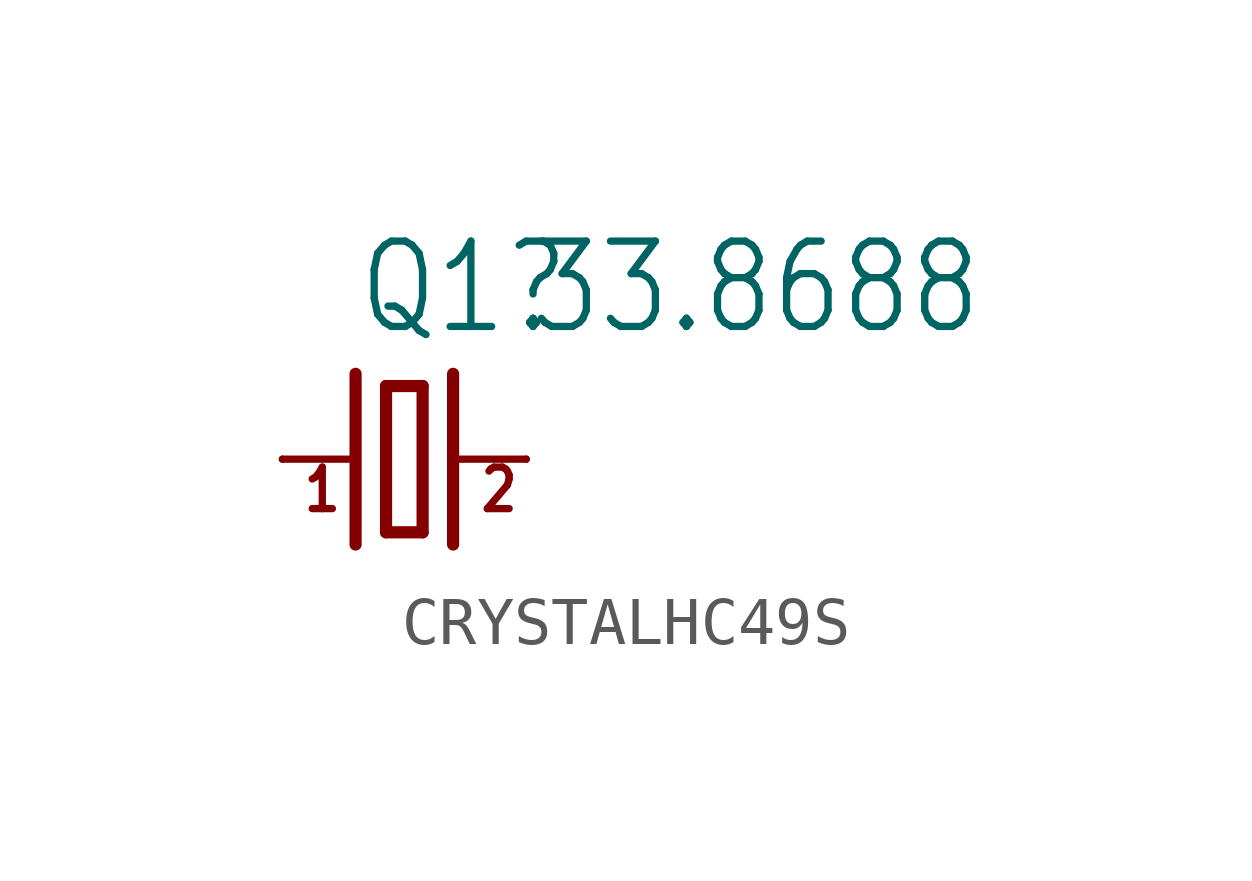
<source format=kicad_sym>
(kicad_symbol_lib
  (version 20220914)
  (generator kicad_symbol_editor)
  (symbol "CRYSTALHC49S"
    (property "Reference" "Q1"
      (at -1.016 2.54 0)
      (effects (font (size 1.778 1.511)) (justify left bottom)))
    (property "Value" "33.8688"
      (at 2.54 2.54 0)
      (effects (font (size 1.778 1.511)) (justify left bottom)))
    (property "ki_locked" ""
      (at 0 0 0)
      (effects (font (size 1.27 1.27))))
    (symbol "CRYSTALHC49S_1_0"
      (polyline (pts (xy -2.54 0) (xy -1.016 0)) (stroke (width 0.152) (type default)) (fill (type none)))
      (polyline (pts (xy -1.016 1.778) (xy -1.016 -1.778)) (stroke (width 0.254) (type default)) (fill (type none)))
      (polyline (pts (xy -0.381 -1.524) (xy 0.381 -1.524)) (stroke (width 0.254) (type default)) (fill (type none)))
      (polyline (pts (xy -0.381 1.524) (xy -0.381 -1.524)) (stroke (width 0.254) (type default)) (fill (type none)))
      (polyline (pts (xy 0.381 -1.524) (xy 0.381 1.524)) (stroke (width 0.254) (type default)) (fill (type none)))
      (polyline (pts (xy 0.381 1.524) (xy -0.381 1.524)) (stroke (width 0.254) (type default)) (fill (type none)))
      (polyline (pts (xy 1.016 0) (xy 2.54 0)) (stroke (width 0.152) (type default)) (fill (type none)))
      (polyline (pts (xy 1.016 1.778) (xy 1.016 -1.778)) (stroke (width 0.254) (type default)) (fill (type none)))
      (text "1" (at -2.159 -1.143 0) (effects (font (size 0.864 0.734)) (justify left bottom)))
      (text "2" (at 1.524 -1.143 0) (effects (font (size 0.864 0.734)) (justify left bottom)))
      (pin passive line (at -2.54 0 0) (length 0) (name "1" (effects (font (size 0 0)))) (number "1" (effects (font (size 0 0)))))
      (pin passive line (at 2.54 0 180) (length 0) (name "2" (effects (font (size 0 0)))) (number "2" (effects (font (size 0 0))))))))
</source>
